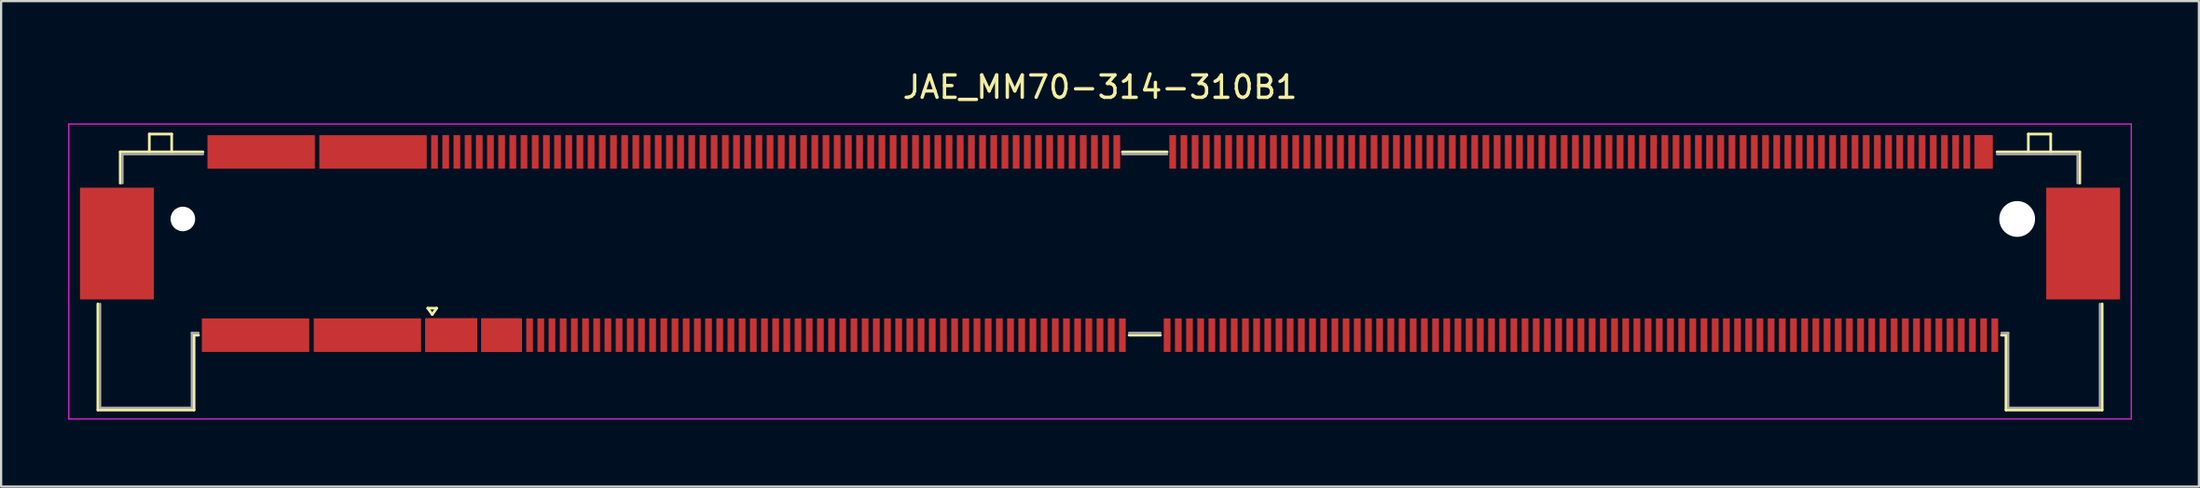
<source format=kicad_pcb>
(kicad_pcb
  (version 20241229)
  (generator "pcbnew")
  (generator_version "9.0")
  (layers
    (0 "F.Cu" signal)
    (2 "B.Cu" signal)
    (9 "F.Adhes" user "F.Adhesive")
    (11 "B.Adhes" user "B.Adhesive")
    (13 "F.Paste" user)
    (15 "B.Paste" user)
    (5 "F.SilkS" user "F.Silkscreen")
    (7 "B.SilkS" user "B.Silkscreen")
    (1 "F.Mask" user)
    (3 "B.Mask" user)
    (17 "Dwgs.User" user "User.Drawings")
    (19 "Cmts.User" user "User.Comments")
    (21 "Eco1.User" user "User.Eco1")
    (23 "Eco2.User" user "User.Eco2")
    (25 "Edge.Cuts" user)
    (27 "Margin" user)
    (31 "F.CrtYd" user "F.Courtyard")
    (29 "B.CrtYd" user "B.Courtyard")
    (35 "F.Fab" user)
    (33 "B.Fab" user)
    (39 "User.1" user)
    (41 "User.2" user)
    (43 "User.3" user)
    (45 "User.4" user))
  (footprint "JAE_MM70-314-310B1"
    (layer "F.Cu")
    (at 46.125 7.848)
    (property "Reference" "JAE_MM70-314-310B1" (at 0 -7 0) (layer "F.SilkS") (effects (font (size 1 1) (thickness 0.15))))
    (attr smd)
    (fp_line (start -44.8 7.45) (end -44.8 2.7) (stroke (width 0.12) (type solid)) (layer "F.SilkS"))
    (fp_line (start -43.8 -4.1) (end -43.8 -2.7) (stroke (width 0.12) (type solid)) (layer "F.SilkS"))
    (fp_line (start -42.5 -4.9) (end -42.5 -4.1) (stroke (width 0.12) (type solid)) (layer "F.SilkS"))
    (fp_line (start -41.5 -4.9) (end -42.5 -4.9) (stroke (width 0.12) (type solid)) (layer "F.SilkS"))
    (fp_line (start -41.5 -4.9) (end -41.5 -4.1) (stroke (width 0.12) (type solid)) (layer "F.SilkS"))
    (fp_line (start -40.5 7.45) (end -44.8 7.45) (stroke (width 0.12) (type solid)) (layer "F.SilkS"))
    (fp_line (start -40.5 7.45) (end -40.5 4.1) (stroke (width 0.12) (type solid)) (layer "F.SilkS"))
    (fp_line (start -40.3 4.1) (end -40.5 4.1) (stroke (width 0.12) (type solid)) (layer "F.SilkS"))
    (fp_line (start -40.1 -4.1) (end -43.8 -4.1) (stroke (width 0.12) (type solid)) (layer "F.SilkS"))
    (fp_line (start -30.052 2.892) (end -29.652 2.892) (stroke (width 0.12) (type solid)) (layer "F.SilkS"))
    (fp_line (start -29.852 3.175) (end -30.052 2.892) (stroke (width 0.12) (type solid)) (layer "F.SilkS"))
    (fp_line (start -29.652 2.892) (end -29.852 3.175) (stroke (width 0.12) (type solid)) (layer "F.SilkS"))
    (fp_line (start 1 -4.1) (end 3 -4.1) (stroke (width 0.12) (type solid)) (layer "F.SilkS"))
    (fp_line (start 1.3 4.1) (end 2.7 4.1) (stroke (width 0.12) (type solid)) (layer "F.SilkS"))
    (fp_line (start 40.1 -4.1) (end 43.8 -4.1) (stroke (width 0.12) (type solid)) (layer "F.SilkS"))
    (fp_line (start 40.3 4.1) (end 40.5 4.1) (stroke (width 0.12) (type solid)) (layer "F.SilkS"))
    (fp_line (start 40.5 7.45) (end 40.5 4.1) (stroke (width 0.12) (type solid)) (layer "F.SilkS"))
    (fp_line (start 40.5 7.45) (end 44.8 7.45) (stroke (width 0.12) (type solid)) (layer "F.SilkS"))
    (fp_line (start 41.5 -4.9) (end 41.5 -4.1) (stroke (width 0.12) (type solid)) (layer "F.SilkS"))
    (fp_line (start 41.5 -4.9) (end 42.5 -4.9) (stroke (width 0.12) (type solid)) (layer "F.SilkS"))
    (fp_line (start 42.5 -4.9) (end 42.5 -4.1) (stroke (width 0.12) (type solid)) (layer "F.SilkS"))
    (fp_line (start 43.8 -4.1) (end 43.8 -2.7) (stroke (width 0.12) (type solid)) (layer "F.SilkS"))
    (fp_line (start 44.8 7.45) (end 44.8 2.7) (stroke (width 0.12) (type solid)) (layer "F.SilkS"))
    (fp_line (start -46.1 -5.35) (end -46.1 7.85) (stroke (width 0.05) (type solid)) (layer "F.CrtYd"))
    (fp_line (start -46.1 7.85) (end 46.1 7.85) (stroke (width 0.05) (type solid)) (layer "F.CrtYd"))
    (fp_line (start 46.1 -5.35) (end -46.1 -5.35) (stroke (width 0.05) (type solid)) (layer "F.CrtYd"))
    (fp_line (start 46.1 7.85) (end 46.1 -5.35) (stroke (width 0.05) (type solid)) (layer "F.CrtYd"))
    (fp_line (start -44.7 7.35) (end -44.7 2.7) (stroke (width 0.1) (type solid)) (layer "F.Fab"))
    (fp_line (start -43.7 -4) (end -43.7 -2.7) (stroke (width 0.1) (type solid)) (layer "F.Fab"))
    (fp_line (start -40.6 7.35) (end -44.7 7.35) (stroke (width 0.1) (type solid)) (layer "F.Fab"))
    (fp_line (start -40.6 7.35) (end -40.6 4) (stroke (width 0.1) (type solid)) (layer "F.Fab"))
    (fp_line (start -40.3 4) (end -40.6 4) (stroke (width 0.1) (type solid)) (layer "F.Fab"))
    (fp_line (start -40.1 -4) (end -43.7 -4) (stroke (width 0.1) (type solid)) (layer "F.Fab"))
    (fp_line (start 1 -4) (end 3 -4) (stroke (width 0.1) (type solid)) (layer "F.Fab"))
    (fp_line (start 1.3 4) (end 2.7 4) (stroke (width 0.1) (type solid)) (layer "F.Fab"))
    (fp_line (start 40.1 -4) (end 43.7 -4) (stroke (width 0.1) (type solid)) (layer "F.Fab"))
    (fp_line (start 40.303 4) (end 40.603 4) (stroke (width 0.1) (type solid)) (layer "F.Fab"))
    (fp_line (start 40.6 7.35) (end 40.6 4) (stroke (width 0.1) (type solid)) (layer "F.Fab"))
    (fp_line (start 40.6 7.35) (end 44.7 7.35) (stroke (width 0.1) (type solid)) (layer "F.Fab"))
    (fp_line (start 43.7 -4) (end 43.7 -2.7) (stroke (width 0.1) (type solid)) (layer "F.Fab"))
    (fp_line (start 44.7 7.35) (end 44.7 2.7) (stroke (width 0.1) (type solid)) (layer "F.Fab"))
    (pad "" np_thru_hole circle (at -41 -1.1) (size 1.1 1.1) (drill 1.1) (layers "*.Cu" "*.Mask"))
    (pad "" np_thru_hole circle (at 41 -1.1) (size 1.6 1.6) (drill 1.6) (layers "*.Cu" "*.Mask"))
    (pad "1" smd rect (at -29 4.1) (size 2.3 1.5) (layers "F.Cu" "F.Mask" "F.Paste"))
    (pad "2" smd rect (at -29.75 -4.1) (size 0.3 1.5) (layers "F.Cu" "F.Mask" "F.Paste"))
    (pad "3" smd rect (at -29 4.1) (size 2.3 1.5) (layers "F.Cu" "F.Mask" "F.Paste"))
    (pad "4" smd rect (at -29.25 -4.1) (size 0.3 1.5) (layers "F.Cu" "F.Mask" "F.Paste"))
    (pad "5" smd rect (at -29 4.1) (size 2.3 1.5) (layers "F.Cu" "F.Mask" "F.Paste"))
    (pad "6" smd rect (at -28.75 -4.1) (size 0.3 1.5) (layers "F.Cu" "F.Mask" "F.Paste"))
    (pad "7" smd rect (at -29 4.1) (size 2.3 1.5) (layers "F.Cu" "F.Mask" "F.Paste"))
    (pad "8" smd rect (at -28.25 -4.1) (size 0.3 1.5) (layers "F.Cu" "F.Mask" "F.Paste"))
    (pad "9" smd rect (at -29 4.1) (size 2.3 1.5) (layers "F.Cu" "F.Mask" "F.Paste"))
    (pad "10" smd rect (at -27.75 -4.1) (size 0.3 1.5) (layers "F.Cu" "F.Mask" "F.Paste"))
    (pad "11" smd rect (at -26.75 4.1) (size 1.8 1.5) (layers "F.Cu" "F.Mask" "F.Paste"))
    (pad "12" smd rect (at -27.25 -4.1) (size 0.3 1.5) (layers "F.Cu" "F.Mask" "F.Paste"))
    (pad "13" smd rect (at -26.75 4.1) (size 1.8 1.5) (layers "F.Cu" "F.Mask" "F.Paste"))
    (pad "14" smd rect (at -26.75 -4.1) (size 0.3 1.5) (layers "F.Cu" "F.Mask" "F.Paste"))
    (pad "15" smd rect (at -26.75 4.1) (size 1.8 1.5) (layers "F.Cu" "F.Mask" "F.Paste"))
    (pad "16" smd rect (at -26.25 -4.1) (size 0.3 1.5) (layers "F.Cu" "F.Mask" "F.Paste"))
    (pad "17" smd rect (at -26.75 4.1) (size 1.8 1.5) (layers "F.Cu" "F.Mask" "F.Paste"))
    (pad "18" smd rect (at -25.75 -4.1) (size 0.3 1.5) (layers "F.Cu" "F.Mask" "F.Paste"))
    (pad "19" smd rect (at -25.5 4.1) (size 0.3 1.5) (layers "F.Cu" "F.Mask" "F.Paste"))
    (pad "20" smd rect (at -25.25 -4.1) (size 0.3 1.5) (layers "F.Cu" "F.Mask" "F.Paste"))
    (pad "21" smd rect (at -25 4.1) (size 0.3 1.5) (layers "F.Cu" "F.Mask" "F.Paste"))
    (pad "22" smd rect (at -24.75 -4.1) (size 0.3 1.5) (layers "F.Cu" "F.Mask" "F.Paste"))
    (pad "23" smd rect (at -24.5 4.1) (size 0.3 1.5) (layers "F.Cu" "F.Mask" "F.Paste"))
    (pad "24" smd rect (at -24.25 -4.1) (size 0.3 1.5) (layers "F.Cu" "F.Mask" "F.Paste"))
    (pad "25" smd rect (at -24 4.1) (size 0.3 1.5) (layers "F.Cu" "F.Mask" "F.Paste"))
    (pad "26" smd rect (at -23.75 -4.1) (size 0.3 1.5) (layers "F.Cu" "F.Mask" "F.Paste"))
    (pad "27" smd rect (at -23.5 4.1) (size 0.3 1.5) (layers "F.Cu" "F.Mask" "F.Paste"))
    (pad "28" smd rect (at -23.25 -4.1) (size 0.3 1.5) (layers "F.Cu" "F.Mask" "F.Paste"))
    (pad "29" smd rect (at -23 4.1) (size 0.3 1.5) (layers "F.Cu" "F.Mask" "F.Paste"))
    (pad "30" smd rect (at -22.75 -4.1) (size 0.3 1.5) (layers "F.Cu" "F.Mask" "F.Paste"))
    (pad "31" smd rect (at -22.5 4.1) (size 0.3 1.5) (layers "F.Cu" "F.Mask" "F.Paste"))
    (pad "32" smd rect (at -22.25 -4.1) (size 0.3 1.5) (layers "F.Cu" "F.Mask" "F.Paste"))
    (pad "33" smd rect (at -22 4.1) (size 0.3 1.5) (layers "F.Cu" "F.Mask" "F.Paste"))
    (pad "34" smd rect (at -21.75 -4.1) (size 0.3 1.5) (layers "F.Cu" "F.Mask" "F.Paste"))
    (pad "35" smd rect (at -21.5 4.1) (size 0.3 1.5) (layers "F.Cu" "F.Mask" "F.Paste"))
    (pad "36" smd rect (at -21.25 -4.1) (size 0.3 1.5) (layers "F.Cu" "F.Mask" "F.Paste"))
    (pad "37" smd rect (at -21 4.1) (size 0.3 1.5) (layers "F.Cu" "F.Mask" "F.Paste"))
    (pad "38" smd rect (at -20.75 -4.1) (size 0.3 1.5) (layers "F.Cu" "F.Mask" "F.Paste"))
    (pad "39" smd rect (at -20.5 4.1) (size 0.3 1.5) (layers "F.Cu" "F.Mask" "F.Paste"))
    (pad "40" smd rect (at -20.25 -4.1) (size 0.3 1.5) (layers "F.Cu" "F.Mask" "F.Paste"))
    (pad "41" smd rect (at -20 4.1) (size 0.3 1.5) (layers "F.Cu" "F.Mask" "F.Paste"))
    (pad "42" smd rect (at -19.75 -4.1) (size 0.3 1.5) (layers "F.Cu" "F.Mask" "F.Paste"))
    (pad "43" smd rect (at -19.5 4.1) (size 0.3 1.5) (layers "F.Cu" "F.Mask" "F.Paste"))
    (pad "44" smd rect (at -19.25 -4.1) (size 0.3 1.5) (layers "F.Cu" "F.Mask" "F.Paste"))
    (pad "45" smd rect (at -19 4.1) (size 0.3 1.5) (layers "F.Cu" "F.Mask" "F.Paste"))
    (pad "46" smd rect (at -18.75 -4.1) (size 0.3 1.5) (layers "F.Cu" "F.Mask" "F.Paste"))
    (pad "47" smd rect (at -18.5 4.1) (size 0.3 1.5) (layers "F.Cu" "F.Mask" "F.Paste"))
    (pad "48" smd rect (at -18.25 -4.1) (size 0.3 1.5) (layers "F.Cu" "F.Mask" "F.Paste"))
    (pad "49" smd rect (at -18 4.1) (size 0.3 1.5) (layers "F.Cu" "F.Mask" "F.Paste"))
    (pad "50" smd rect (at -17.75 -4.1) (size 0.3 1.5) (layers "F.Cu" "F.Mask" "F.Paste"))
    (pad "51" smd rect (at -17.5 4.1) (size 0.3 1.5) (layers "F.Cu" "F.Mask" "F.Paste"))
    (pad "52" smd rect (at -17.25 -4.1) (size 0.3 1.5) (layers "F.Cu" "F.Mask" "F.Paste"))
    (pad "53" smd rect (at -17 4.1) (size 0.3 1.5) (layers "F.Cu" "F.Mask" "F.Paste"))
    (pad "54" smd rect (at -16.75 -4.1) (size 0.3 1.5) (layers "F.Cu" "F.Mask" "F.Paste"))
    (pad "55" smd rect (at -16.5 4.1) (size 0.3 1.5) (layers "F.Cu" "F.Mask" "F.Paste"))
    (pad "56" smd rect (at -16.25 -4.1) (size 0.3 1.5) (layers "F.Cu" "F.Mask" "F.Paste"))
    (pad "57" smd rect (at -16 4.1) (size 0.3 1.5) (layers "F.Cu" "F.Mask" "F.Paste"))
    (pad "58" smd rect (at -15.75 -4.1) (size 0.3 1.5) (layers "F.Cu" "F.Mask" "F.Paste"))
    (pad "59" smd rect (at -15.5 4.1) (size 0.3 1.5) (layers "F.Cu" "F.Mask" "F.Paste"))
    (pad "60" smd rect (at -15.25 -4.1) (size 0.3 1.5) (layers "F.Cu" "F.Mask" "F.Paste"))
    (pad "61" smd rect (at -15 4.1) (size 0.3 1.5) (layers "F.Cu" "F.Mask" "F.Paste"))
    (pad "62" smd rect (at -14.75 -4.1) (size 0.3 1.5) (layers "F.Cu" "F.Mask" "F.Paste"))
    (pad "63" smd rect (at -14.5 4.1) (size 0.3 1.5) (layers "F.Cu" "F.Mask" "F.Paste"))
    (pad "64" smd rect (at -14.25 -4.1) (size 0.3 1.5) (layers "F.Cu" "F.Mask" "F.Paste"))
    (pad "65" smd rect (at -14 4.1) (size 0.3 1.5) (layers "F.Cu" "F.Mask" "F.Paste"))
    (pad "66" smd rect (at -13.75 -4.1) (size 0.3 1.5) (layers "F.Cu" "F.Mask" "F.Paste"))
    (pad "67" smd rect (at -13.5 4.1) (size 0.3 1.5) (layers "F.Cu" "F.Mask" "F.Paste"))
    (pad "68" smd rect (at -13.25 -4.1) (size 0.3 1.5) (layers "F.Cu" "F.Mask" "F.Paste"))
    (pad "69" smd rect (at -13 4.1) (size 0.3 1.5) (layers "F.Cu" "F.Mask" "F.Paste"))
    (pad "70" smd rect (at -12.75 -4.1) (size 0.3 1.5) (layers "F.Cu" "F.Mask" "F.Paste"))
    (pad "71" smd rect (at -12.5 4.1) (size 0.3 1.5) (layers "F.Cu" "F.Mask" "F.Paste"))
    (pad "72" smd rect (at -12.25 -4.1) (size 0.3 1.5) (layers "F.Cu" "F.Mask" "F.Paste"))
    (pad "73" smd rect (at -12 4.1) (size 0.3 1.5) (layers "F.Cu" "F.Mask" "F.Paste"))
    (pad "74" smd rect (at -11.75 -4.1) (size 0.3 1.5) (layers "F.Cu" "F.Mask" "F.Paste"))
    (pad "75" smd rect (at -11.5 4.1) (size 0.3 1.5) (layers "F.Cu" "F.Mask" "F.Paste"))
    (pad "76" smd rect (at -11.25 -4.1) (size 0.3 1.5) (layers "F.Cu" "F.Mask" "F.Paste"))
    (pad "77" smd rect (at -11 4.1) (size 0.3 1.5) (layers "F.Cu" "F.Mask" "F.Paste"))
    (pad "78" smd rect (at -10.75 -4.1) (size 0.3 1.5) (layers "F.Cu" "F.Mask" "F.Paste"))
    (pad "79" smd rect (at -10.5 4.1) (size 0.3 1.5) (layers "F.Cu" "F.Mask" "F.Paste"))
    (pad "80" smd rect (at -10.25 -4.1) (size 0.3 1.5) (layers "F.Cu" "F.Mask" "F.Paste"))
    (pad "81" smd rect (at -10 4.1) (size 0.3 1.5) (layers "F.Cu" "F.Mask" "F.Paste"))
    (pad "82" smd rect (at -9.75 -4.1) (size 0.3 1.5) (layers "F.Cu" "F.Mask" "F.Paste"))
    (pad "83" smd rect (at -9.5 4.1) (size 0.3 1.5) (layers "F.Cu" "F.Mask" "F.Paste"))
    (pad "84" smd rect (at -9.25 -4.1) (size 0.3 1.5) (layers "F.Cu" "F.Mask" "F.Paste"))
    (pad "85" smd rect (at -9 4.1) (size 0.3 1.5) (layers "F.Cu" "F.Mask" "F.Paste"))
    (pad "86" smd rect (at -8.75 -4.1) (size 0.3 1.5) (layers "F.Cu" "F.Mask" "F.Paste"))
    (pad "87" smd rect (at -8.5 4.1) (size 0.3 1.5) (layers "F.Cu" "F.Mask" "F.Paste"))
    (pad "88" smd rect (at -8.25 -4.1) (size 0.3 1.5) (layers "F.Cu" "F.Mask" "F.Paste"))
    (pad "89" smd rect (at -8 4.1) (size 0.3 1.5) (layers "F.Cu" "F.Mask" "F.Paste"))
    (pad "90" smd rect (at -7.75 -4.1) (size 0.3 1.5) (layers "F.Cu" "F.Mask" "F.Paste"))
    (pad "91" smd rect (at -7.5 4.1) (size 0.3 1.5) (layers "F.Cu" "F.Mask" "F.Paste"))
    (pad "92" smd rect (at -7.25 -4.1) (size 0.3 1.5) (layers "F.Cu" "F.Mask" "F.Paste"))
    (pad "93" smd rect (at -7 4.1) (size 0.3 1.5) (layers "F.Cu" "F.Mask" "F.Paste"))
    (pad "94" smd rect (at -6.75 -4.1) (size 0.3 1.5) (layers "F.Cu" "F.Mask" "F.Paste"))
    (pad "95" smd rect (at -6.5 4.1) (size 0.3 1.5) (layers "F.Cu" "F.Mask" "F.Paste"))
    (pad "96" smd rect (at -6.25 -4.1) (size 0.3 1.5) (layers "F.Cu" "F.Mask" "F.Paste"))
    (pad "97" smd rect (at -6 4.1) (size 0.3 1.5) (layers "F.Cu" "F.Mask" "F.Paste"))
    (pad "98" smd rect (at -5.75 -4.1) (size 0.3 1.5) (layers "F.Cu" "F.Mask" "F.Paste"))
    (pad "99" smd rect (at -5.5 4.1) (size 0.3 1.5) (layers "F.Cu" "F.Mask" "F.Paste"))
    (pad "100" smd rect (at -5.25 -4.1) (size 0.3 1.5) (layers "F.Cu" "F.Mask" "F.Paste"))
    (pad "101" smd rect (at -5 4.1) (size 0.3 1.5) (layers "F.Cu" "F.Mask" "F.Paste"))
    (pad "102" smd rect (at -4.75 -4.1) (size 0.3 1.5) (layers "F.Cu" "F.Mask" "F.Paste"))
    (pad "103" smd rect (at -4.5 4.1) (size 0.3 1.5) (layers "F.Cu" "F.Mask" "F.Paste"))
    (pad "104" smd rect (at -4.25 -4.1) (size 0.3 1.5) (layers "F.Cu" "F.Mask" "F.Paste"))
    (pad "105" smd rect (at -4 4.1) (size 0.3 1.5) (layers "F.Cu" "F.Mask" "F.Paste"))
    (pad "106" smd rect (at -3.75 -4.1) (size 0.3 1.5) (layers "F.Cu" "F.Mask" "F.Paste"))
    (pad "107" smd rect (at -3.5 4.1) (size 0.3 1.5) (layers "F.Cu" "F.Mask" "F.Paste"))
    (pad "108" smd rect (at -3.25 -4.1) (size 0.3 1.5) (layers "F.Cu" "F.Mask" "F.Paste"))
    (pad "109" smd rect (at -3 4.1) (size 0.3 1.5) (layers "F.Cu" "F.Mask" "F.Paste"))
    (pad "110" smd rect (at -2.75 -4.1) (size 0.3 1.5) (layers "F.Cu" "F.Mask" "F.Paste"))
    (pad "111" smd rect (at -2.5 4.1) (size 0.3 1.5) (layers "F.Cu" "F.Mask" "F.Paste"))
    (pad "112" smd rect (at -2.25 -4.1) (size 0.3 1.5) (layers "F.Cu" "F.Mask" "F.Paste"))
    (pad "113" smd rect (at -2 4.1) (size 0.3 1.5) (layers "F.Cu" "F.Mask" "F.Paste"))
    (pad "114" smd rect (at -1.75 -4.1) (size 0.3 1.5) (layers "F.Cu" "F.Mask" "F.Paste"))
    (pad "115" smd rect (at -1.5 4.1) (size 0.3 1.5) (layers "F.Cu" "F.Mask" "F.Paste"))
    (pad "116" smd rect (at -1.25 -4.1) (size 0.3 1.5) (layers "F.Cu" "F.Mask" "F.Paste"))
    (pad "117" smd rect (at -1 4.1) (size 0.3 1.5) (layers "F.Cu" "F.Mask" "F.Paste"))
    (pad "118" smd rect (at -0.75 -4.1) (size 0.3 1.5) (layers "F.Cu" "F.Mask" "F.Paste"))
    (pad "119" smd rect (at -0.5 4.1) (size 0.3 1.5) (layers "F.Cu" "F.Mask" "F.Paste"))
    (pad "120" smd rect (at -0.25 -4.1) (size 0.3 1.5) (layers "F.Cu" "F.Mask" "F.Paste"))
    (pad "121" smd rect (at 0 4.1) (size 0.3 1.5) (layers "F.Cu" "F.Mask" "F.Paste"))
    (pad "122" smd rect (at 0.25 -4.1) (size 0.3 1.5) (layers "F.Cu" "F.Mask" "F.Paste"))
    (pad "123" smd rect (at 0.5 4.1) (size 0.3 1.5) (layers "F.Cu" "F.Mask" "F.Paste"))
    (pad "124" smd rect (at 0.75 -4.1) (size 0.3 1.5) (layers "F.Cu" "F.Mask" "F.Paste"))
    (pad "125" smd rect (at 1 4.1) (size 0.3 1.5) (layers "F.Cu" "F.Mask" "F.Paste"))
    (pad "133" smd rect (at 3 4.1) (size 0.3 1.5) (layers "F.Cu" "F.Mask" "F.Paste"))
    (pad "134" smd rect (at 3.25 -4.1) (size 0.3 1.5) (layers "F.Cu" "F.Mask" "F.Paste"))
    (pad "135" smd rect (at 3.5 4.1) (size 0.3 1.5) (layers "F.Cu" "F.Mask" "F.Paste"))
    (pad "136" smd rect (at 3.75 -4.1) (size 0.3 1.5) (layers "F.Cu" "F.Mask" "F.Paste"))
    (pad "137" smd rect (at 4 4.1) (size 0.3 1.5) (layers "F.Cu" "F.Mask" "F.Paste"))
    (pad "138" smd rect (at 4.25 -4.1) (size 0.3 1.5) (layers "F.Cu" "F.Mask" "F.Paste"))
    (pad "139" smd rect (at 4.5 4.1) (size 0.3 1.5) (layers "F.Cu" "F.Mask" "F.Paste"))
    (pad "140" smd rect (at 4.75 -4.1) (size 0.3 1.5) (layers "F.Cu" "F.Mask" "F.Paste"))
    (pad "141" smd rect (at 5 4.1) (size 0.3 1.5) (layers "F.Cu" "F.Mask" "F.Paste"))
    (pad "142" smd rect (at 5.25 -4.1) (size 0.3 1.5) (layers "F.Cu" "F.Mask" "F.Paste"))
    (pad "143" smd rect (at 5.5 4.1) (size 0.3 1.5) (layers "F.Cu" "F.Mask" "F.Paste"))
    (pad "144" smd rect (at 5.75 -4.1) (size 0.3 1.5) (layers "F.Cu" "F.Mask" "F.Paste"))
    (pad "145" smd rect (at 6 4.1) (size 0.3 1.5) (layers "F.Cu" "F.Mask" "F.Paste"))
    (pad "146" smd rect (at 6.25 -4.1) (size 0.3 1.5) (layers "F.Cu" "F.Mask" "F.Paste"))
    (pad "147" smd rect (at 6.5 4.1) (size 0.3 1.5) (layers "F.Cu" "F.Mask" "F.Paste"))
    (pad "148" smd rect (at 6.75 -4.1) (size 0.3 1.5) (layers "F.Cu" "F.Mask" "F.Paste"))
    (pad "149" smd rect (at 7 4.1) (size 0.3 1.5) (layers "F.Cu" "F.Mask" "F.Paste"))
    (pad "150" smd rect (at 7.25 -4.1) (size 0.3 1.5) (layers "F.Cu" "F.Mask" "F.Paste"))
    (pad "151" smd rect (at 7.5 4.1) (size 0.3 1.5) (layers "F.Cu" "F.Mask" "F.Paste"))
    (pad "152" smd rect (at 7.75 -4.1) (size 0.3 1.5) (layers "F.Cu" "F.Mask" "F.Paste"))
    (pad "153" smd rect (at 8 4.1) (size 0.3 1.5) (layers "F.Cu" "F.Mask" "F.Paste"))
    (pad "154" smd rect (at 8.25 -4.1) (size 0.3 1.5) (layers "F.Cu" "F.Mask" "F.Paste"))
    (pad "155" smd rect (at 8.5 4.1) (size 0.3 1.5) (layers "F.Cu" "F.Mask" "F.Paste"))
    (pad "156" smd rect (at 8.75 -4.1) (size 0.3 1.5) (layers "F.Cu" "F.Mask" "F.Paste"))
    (pad "157" smd rect (at 9 4.1) (size 0.3 1.5) (layers "F.Cu" "F.Mask" "F.Paste"))
    (pad "158" smd rect (at 9.25 -4.1) (size 0.3 1.5) (layers "F.Cu" "F.Mask" "F.Paste"))
    (pad "159" smd rect (at 9.5 4.1) (size 0.3 1.5) (layers "F.Cu" "F.Mask" "F.Paste"))
    (pad "160" smd rect (at 9.75 -4.1) (size 0.3 1.5) (layers "F.Cu" "F.Mask" "F.Paste"))
    (pad "161" smd rect (at 10 4.1) (size 0.3 1.5) (layers "F.Cu" "F.Mask" "F.Paste"))
    (pad "162" smd rect (at 10.25 -4.1) (size 0.3 1.5) (layers "F.Cu" "F.Mask" "F.Paste"))
    (pad "163" smd rect (at 10.5 4.1) (size 0.3 1.5) (layers "F.Cu" "F.Mask" "F.Paste"))
    (pad "164" smd rect (at 10.75 -4.1) (size 0.3 1.5) (layers "F.Cu" "F.Mask" "F.Paste"))
    (pad "165" smd rect (at 11 4.1) (size 0.3 1.5) (layers "F.Cu" "F.Mask" "F.Paste"))
    (pad "166" smd rect (at 11.25 -4.1) (size 0.3 1.5) (layers "F.Cu" "F.Mask" "F.Paste"))
    (pad "167" smd rect (at 11.5 4.1) (size 0.3 1.5) (layers "F.Cu" "F.Mask" "F.Paste"))
    (pad "168" smd rect (at 11.75 -4.1) (size 0.3 1.5) (layers "F.Cu" "F.Mask" "F.Paste"))
    (pad "169" smd rect (at 12 4.1) (size 0.3 1.5) (layers "F.Cu" "F.Mask" "F.Paste"))
    (pad "170" smd rect (at 12.25 -4.1) (size 0.3 1.5) (layers "F.Cu" "F.Mask" "F.Paste"))
    (pad "171" smd rect (at 12.5 4.1) (size 0.3 1.5) (layers "F.Cu" "F.Mask" "F.Paste"))
    (pad "172" smd rect (at 12.75 -4.1) (size 0.3 1.5) (layers "F.Cu" "F.Mask" "F.Paste"))
    (pad "173" smd rect (at 13 4.1) (size 0.3 1.5) (layers "F.Cu" "F.Mask" "F.Paste"))
    (pad "174" smd rect (at 13.25 -4.1) (size 0.3 1.5) (layers "F.Cu" "F.Mask" "F.Paste"))
    (pad "175" smd rect (at 13.5 4.1) (size 0.3 1.5) (layers "F.Cu" "F.Mask" "F.Paste"))
    (pad "176" smd rect (at 13.75 -4.1) (size 0.3 1.5) (layers "F.Cu" "F.Mask" "F.Paste"))
    (pad "177" smd rect (at 14 4.1) (size 0.3 1.5) (layers "F.Cu" "F.Mask" "F.Paste"))
    (pad "178" smd rect (at 14.25 -4.1) (size 0.3 1.5) (layers "F.Cu" "F.Mask" "F.Paste"))
    (pad "179" smd rect (at 14.5 4.1) (size 0.3 1.5) (layers "F.Cu" "F.Mask" "F.Paste"))
    (pad "180" smd rect (at 14.75 -4.1) (size 0.3 1.5) (layers "F.Cu" "F.Mask" "F.Paste"))
    (pad "181" smd rect (at 15 4.1) (size 0.3 1.5) (layers "F.Cu" "F.Mask" "F.Paste"))
    (pad "182" smd rect (at 15.25 -4.1) (size 0.3 1.5) (layers "F.Cu" "F.Mask" "F.Paste"))
    (pad "183" smd rect (at 15.5 4.1) (size 0.3 1.5) (layers "F.Cu" "F.Mask" "F.Paste"))
    (pad "184" smd rect (at 15.75 -4.1) (size 0.3 1.5) (layers "F.Cu" "F.Mask" "F.Paste"))
    (pad "185" smd rect (at 16 4.1) (size 0.3 1.5) (layers "F.Cu" "F.Mask" "F.Paste"))
    (pad "186" smd rect (at 16.25 -4.1) (size 0.3 1.5) (layers "F.Cu" "F.Mask" "F.Paste"))
    (pad "187" smd rect (at 16.5 4.1) (size 0.3 1.5) (layers "F.Cu" "F.Mask" "F.Paste"))
    (pad "188" smd rect (at 16.75 -4.1) (size 0.3 1.5) (layers "F.Cu" "F.Mask" "F.Paste"))
    (pad "189" smd rect (at 17 4.1) (size 0.3 1.5) (layers "F.Cu" "F.Mask" "F.Paste"))
    (pad "190" smd rect (at 17.25 -4.1) (size 0.3 1.5) (layers "F.Cu" "F.Mask" "F.Paste"))
    (pad "191" smd rect (at 17.5 4.1) (size 0.3 1.5) (layers "F.Cu" "F.Mask" "F.Paste"))
    (pad "192" smd rect (at 17.75 -4.1) (size 0.3 1.5) (layers "F.Cu" "F.Mask" "F.Paste"))
    (pad "193" smd rect (at 18 4.1) (size 0.3 1.5) (layers "F.Cu" "F.Mask" "F.Paste"))
    (pad "194" smd rect (at 18.25 -4.1) (size 0.3 1.5) (layers "F.Cu" "F.Mask" "F.Paste"))
    (pad "195" smd rect (at 18.5 4.1) (size 0.3 1.5) (layers "F.Cu" "F.Mask" "F.Paste"))
    (pad "196" smd rect (at 18.75 -4.1) (size 0.3 1.5) (layers "F.Cu" "F.Mask" "F.Paste"))
    (pad "197" smd rect (at 19 4.1) (size 0.3 1.5) (layers "F.Cu" "F.Mask" "F.Paste"))
    (pad "198" smd rect (at 19.25 -4.1) (size 0.3 1.5) (layers "F.Cu" "F.Mask" "F.Paste"))
    (pad "199" smd rect (at 19.5 4.1) (size 0.3 1.5) (layers "F.Cu" "F.Mask" "F.Paste"))
    (pad "200" smd rect (at 19.75 -4.1) (size 0.3 1.5) (layers "F.Cu" "F.Mask" "F.Paste"))
    (pad "201" smd rect (at 20 4.1) (size 0.3 1.5) (layers "F.Cu" "F.Mask" "F.Paste"))
    (pad "202" smd rect (at 20.25 -4.1) (size 0.3 1.5) (layers "F.Cu" "F.Mask" "F.Paste"))
    (pad "203" smd rect (at 20.5 4.1) (size 0.3 1.5) (layers "F.Cu" "F.Mask" "F.Paste"))
    (pad "204" smd rect (at 20.75 -4.1) (size 0.3 1.5) (layers "F.Cu" "F.Mask" "F.Paste"))
    (pad "205" smd rect (at 21 4.1) (size 0.3 1.5) (layers "F.Cu" "F.Mask" "F.Paste"))
    (pad "206" smd rect (at 21.25 -4.1) (size 0.3 1.5) (layers "F.Cu" "F.Mask" "F.Paste"))
    (pad "207" smd rect (at 21.5 4.1) (size 0.3 1.5) (layers "F.Cu" "F.Mask" "F.Paste"))
    (pad "208" smd rect (at 21.75 -4.1) (size 0.3 1.5) (layers "F.Cu" "F.Mask" "F.Paste"))
    (pad "209" smd rect (at 22 4.1) (size 0.3 1.5) (layers "F.Cu" "F.Mask" "F.Paste"))
    (pad "210" smd rect (at 22.25 -4.1) (size 0.3 1.5) (layers "F.Cu" "F.Mask" "F.Paste"))
    (pad "211" smd rect (at 22.5 4.1) (size 0.3 1.5) (layers "F.Cu" "F.Mask" "F.Paste"))
    (pad "212" smd rect (at 22.75 -4.1) (size 0.3 1.5) (layers "F.Cu" "F.Mask" "F.Paste"))
    (pad "213" smd rect (at 23 4.1) (size 0.3 1.5) (layers "F.Cu" "F.Mask" "F.Paste"))
    (pad "214" smd rect (at 23.25 -4.1) (size 0.3 1.5) (layers "F.Cu" "F.Mask" "F.Paste"))
    (pad "215" smd rect (at 23.5 4.1) (size 0.3 1.5) (layers "F.Cu" "F.Mask" "F.Paste"))
    (pad "216" smd rect (at 23.75 -4.1) (size 0.3 1.5) (layers "F.Cu" "F.Mask" "F.Paste"))
    (pad "217" smd rect (at 24 4.1) (size 0.3 1.5) (layers "F.Cu" "F.Mask" "F.Paste"))
    (pad "218" smd rect (at 24.25 -4.1) (size 0.3 1.5) (layers "F.Cu" "F.Mask" "F.Paste"))
    (pad "219" smd rect (at 24.5 4.1) (size 0.3 1.5) (layers "F.Cu" "F.Mask" "F.Paste"))
    (pad "220" smd rect (at 24.75 -4.1) (size 0.3 1.5) (layers "F.Cu" "F.Mask" "F.Paste"))
    (pad "221" smd rect (at 25 4.1) (size 0.3 1.5) (layers "F.Cu" "F.Mask" "F.Paste"))
    (pad "222" smd rect (at 25.25 -4.1) (size 0.3 1.5) (layers "F.Cu" "F.Mask" "F.Paste"))
    (pad "223" smd rect (at 25.5 4.1) (size 0.3 1.5) (layers "F.Cu" "F.Mask" "F.Paste"))
    (pad "224" smd rect (at 25.75 -4.1) (size 0.3 1.5) (layers "F.Cu" "F.Mask" "F.Paste"))
    (pad "225" smd rect (at 26 4.1) (size 0.3 1.5) (layers "F.Cu" "F.Mask" "F.Paste"))
    (pad "226" smd rect (at 26.25 -4.1) (size 0.3 1.5) (layers "F.Cu" "F.Mask" "F.Paste"))
    (pad "227" smd rect (at 26.5 4.1) (size 0.3 1.5) (layers "F.Cu" "F.Mask" "F.Paste"))
    (pad "228" smd rect (at 26.75 -4.1) (size 0.3 1.5) (layers "F.Cu" "F.Mask" "F.Paste"))
    (pad "229" smd rect (at 27 4.1) (size 0.3 1.5) (layers "F.Cu" "F.Mask" "F.Paste"))
    (pad "230" smd rect (at 27.25 -4.1) (size 0.3 1.5) (layers "F.Cu" "F.Mask" "F.Paste"))
    (pad "231" smd rect (at 27.5 4.1) (size 0.3 1.5) (layers "F.Cu" "F.Mask" "F.Paste"))
    (pad "232" smd rect (at 27.75 -4.1) (size 0.3 1.5) (layers "F.Cu" "F.Mask" "F.Paste"))
    (pad "233" smd rect (at 28 4.1) (size 0.3 1.5) (layers "F.Cu" "F.Mask" "F.Paste"))
    (pad "234" smd rect (at 28.25 -4.1) (size 0.3 1.5) (layers "F.Cu" "F.Mask" "F.Paste"))
    (pad "235" smd rect (at 28.5 4.1) (size 0.3 1.5) (layers "F.Cu" "F.Mask" "F.Paste"))
    (pad "236" smd rect (at 28.75 -4.1) (size 0.3 1.5) (layers "F.Cu" "F.Mask" "F.Paste"))
    (pad "237" smd rect (at 29 4.1) (size 0.3 1.5) (layers "F.Cu" "F.Mask" "F.Paste"))
    (pad "238" smd rect (at 29.25 -4.1) (size 0.3 1.5) (layers "F.Cu" "F.Mask" "F.Paste"))
    (pad "239" smd rect (at 29.5 4.1) (size 0.3 1.5) (layers "F.Cu" "F.Mask" "F.Paste"))
    (pad "240" smd rect (at 29.75 -4.1) (size 0.3 1.5) (layers "F.Cu" "F.Mask" "F.Paste"))
    (pad "241" smd rect (at 30 4.1) (size 0.3 1.5) (layers "F.Cu" "F.Mask" "F.Paste"))
    (pad "242" smd rect (at 30.25 -4.1) (size 0.3 1.5) (layers "F.Cu" "F.Mask" "F.Paste"))
    (pad "243" smd rect (at 30.5 4.1) (size 0.3 1.5) (layers "F.Cu" "F.Mask" "F.Paste"))
    (pad "244" smd rect (at 30.75 -4.1) (size 0.3 1.5) (layers "F.Cu" "F.Mask" "F.Paste"))
    (pad "245" smd rect (at 31 4.1) (size 0.3 1.5) (layers "F.Cu" "F.Mask" "F.Paste"))
    (pad "246" smd rect (at 31.25 -4.1) (size 0.3 1.5) (layers "F.Cu" "F.Mask" "F.Paste"))
    (pad "247" smd rect (at 31.5 4.1) (size 0.3 1.5) (layers "F.Cu" "F.Mask" "F.Paste"))
    (pad "248" smd rect (at 31.75 -4.1) (size 0.3 1.5) (layers "F.Cu" "F.Mask" "F.Paste"))
    (pad "249" smd rect (at 32 4.1) (size 0.3 1.5) (layers "F.Cu" "F.Mask" "F.Paste"))
    (pad "250" smd rect (at 32.25 -4.1) (size 0.3 1.5) (layers "F.Cu" "F.Mask" "F.Paste"))
    (pad "251" smd rect (at 32.5 4.1) (size 0.3 1.5) (layers "F.Cu" "F.Mask" "F.Paste"))
    (pad "252" smd rect (at 32.75 -4.1) (size 0.3 1.5) (layers "F.Cu" "F.Mask" "F.Paste"))
    (pad "253" smd rect (at 33 4.1) (size 0.3 1.5) (layers "F.Cu" "F.Mask" "F.Paste"))
    (pad "254" smd rect (at 33.25 -4.1) (size 0.3 1.5) (layers "F.Cu" "F.Mask" "F.Paste"))
    (pad "255" smd rect (at 33.5 4.1) (size 0.3 1.5) (layers "F.Cu" "F.Mask" "F.Paste"))
    (pad "256" smd rect (at 33.75 -4.1) (size 0.3 1.5) (layers "F.Cu" "F.Mask" "F.Paste"))
    (pad "257" smd rect (at 34 4.1) (size 0.3 1.5) (layers "F.Cu" "F.Mask" "F.Paste"))
    (pad "258" smd rect (at 34.25 -4.1) (size 0.3 1.5) (layers "F.Cu" "F.Mask" "F.Paste"))
    (pad "259" smd rect (at 34.5 4.1) (size 0.3 1.5) (layers "F.Cu" "F.Mask" "F.Paste"))
    (pad "260" smd rect (at 34.75 -4.1) (size 0.3 1.5) (layers "F.Cu" "F.Mask" "F.Paste"))
    (pad "261" smd rect (at 35 4.1) (size 0.3 1.5) (layers "F.Cu" "F.Mask" "F.Paste"))
    (pad "262" smd rect (at 35.25 -4.1) (size 0.3 1.5) (layers "F.Cu" "F.Mask" "F.Paste"))
    (pad "263" smd rect (at 35.5 4.1) (size 0.3 1.5) (layers "F.Cu" "F.Mask" "F.Paste"))
    (pad "264" smd rect (at 35.75 -4.1) (size 0.3 1.5) (layers "F.Cu" "F.Mask" "F.Paste"))
    (pad "265" smd rect (at 36 4.1) (size 0.3 1.5) (layers "F.Cu" "F.Mask" "F.Paste"))
    (pad "266" smd rect (at 36.25 -4.1) (size 0.3 1.5) (layers "F.Cu" "F.Mask" "F.Paste"))
    (pad "267" smd rect (at 36.5 4.1) (size 0.3 1.5) (layers "F.Cu" "F.Mask" "F.Paste"))
    (pad "268" smd rect (at 36.75 -4.1) (size 0.3 1.5) (layers "F.Cu" "F.Mask" "F.Paste"))
    (pad "269" smd rect (at 37 4.1) (size 0.3 1.5) (layers "F.Cu" "F.Mask" "F.Paste"))
    (pad "270" smd rect (at 37.25 -4.1) (size 0.3 1.5) (layers "F.Cu" "F.Mask" "F.Paste"))
    (pad "271" smd rect (at 37.5 4.1) (size 0.3 1.5) (layers "F.Cu" "F.Mask" "F.Paste"))
    (pad "272" smd rect (at 37.75 -4.1) (size 0.3 1.5) (layers "F.Cu" "F.Mask" "F.Paste"))
    (pad "273" smd rect (at 38 4.1) (size 0.3 1.5) (layers "F.Cu" "F.Mask" "F.Paste"))
    (pad "274" smd rect (at 38.25 -4.1) (size 0.3 1.5) (layers "F.Cu" "F.Mask" "F.Paste"))
    (pad "275" smd rect (at 38.5 4.1) (size 0.3 1.5) (layers "F.Cu" "F.Mask" "F.Paste"))
    (pad "276" smd rect (at 38.75 -4.1) (size 0.3 1.5) (layers "F.Cu" "F.Mask" "F.Paste"))
    (pad "277" smd rect (at 39 4.1) (size 0.3 1.5) (layers "F.Cu" "F.Mask" "F.Paste"))
    (pad "278" smd rect (at 39.5 -4.1) (size 0.8 1.5) (layers "F.Cu" "F.Mask" "F.Paste"))
    (pad "279" smd rect (at 39.5 4.1) (size 0.3 1.5) (layers "F.Cu" "F.Mask" "F.Paste"))
    (pad "280" smd rect (at 39.5 -4.1) (size 0.8 1.5) (layers "F.Cu" "F.Mask" "F.Paste"))
    (pad "281" smd rect (at 40 4.1) (size 0.3 1.5) (layers "F.Cu" "F.Mask" "F.Paste"))
    (pad "E1" smd rect (at -37.75 4.1) (size 4.8 1.5) (layers "F.Cu" "F.Mask" "F.Paste"))
    (pad "E2" smd rect (at -37.5 -4.1) (size 4.8 1.5) (layers "F.Cu" "F.Mask" "F.Paste"))
    (pad "E3" smd rect (at -32.75 4.1) (size 4.8 1.5) (layers "F.Cu" "F.Mask" "F.Paste"))
    (pad "E4" smd rect (at -32.5 -4.1) (size 4.8 1.5) (layers "F.Cu" "F.Mask" "F.Paste"))
    (pad "MP" smd rect (at -43.95 0) (size 3.3 5) (layers "F.Cu" "F.Mask" "F.Paste"))
    (pad "MP" smd rect (at 43.95 0) (size 3.3 5) (layers "F.Cu" "F.Mask" "F.Paste")))
  (gr_rect
    (start -3 -3)
    (end 95.25 18.723)
    (stroke (width 0.1) (type default))
    (fill no)
    (layer "Edge.Cuts")))
</source>
